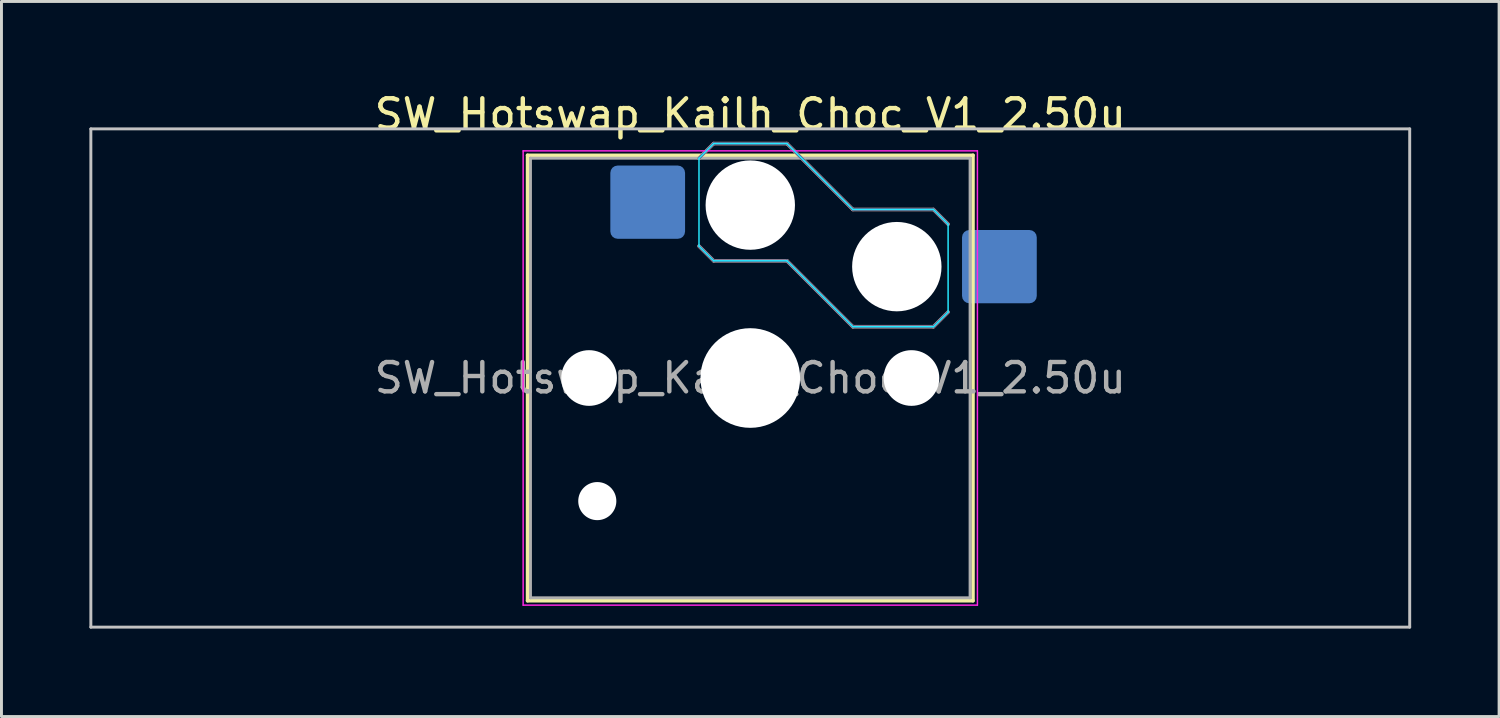
<source format=kicad_pcb>
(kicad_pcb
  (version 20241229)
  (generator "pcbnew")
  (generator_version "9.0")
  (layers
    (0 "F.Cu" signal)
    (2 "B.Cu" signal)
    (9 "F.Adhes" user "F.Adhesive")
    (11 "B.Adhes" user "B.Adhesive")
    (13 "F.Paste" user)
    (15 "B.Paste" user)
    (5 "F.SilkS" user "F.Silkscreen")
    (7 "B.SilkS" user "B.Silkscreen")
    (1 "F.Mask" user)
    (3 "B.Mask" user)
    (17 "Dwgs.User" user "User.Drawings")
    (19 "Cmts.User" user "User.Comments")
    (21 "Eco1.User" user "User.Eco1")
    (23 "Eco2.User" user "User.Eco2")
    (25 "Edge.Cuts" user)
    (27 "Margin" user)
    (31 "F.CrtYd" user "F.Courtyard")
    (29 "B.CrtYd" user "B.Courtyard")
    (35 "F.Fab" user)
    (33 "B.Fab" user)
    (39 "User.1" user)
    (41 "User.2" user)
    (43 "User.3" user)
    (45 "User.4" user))
  (footprint "SW_Hotswap_Kailh_Choc_V1_2.50u"
    (layer "F.Cu")
    (at 22.55 9.848)
    (property "Reference" "SW_Hotswap_Kailh_Choc_V1_2.50u" (at 0 -9 0) (layer "F.SilkS") (effects (font (size 1 1) (thickness 0.15))))
    (attr smd)
    (fp_line (start -7.6 -7.6) (end -7.6 7.6) (stroke (width 0.12) (type solid)) (layer "F.SilkS"))
    (fp_line (start -7.6 7.6) (end 7.6 7.6) (stroke (width 0.12) (type solid)) (layer "F.SilkS"))
    (fp_line (start 7.6 -7.6) (end -7.6 -7.6) (stroke (width 0.12) (type solid)) (layer "F.SilkS"))
    (fp_line (start 7.6 7.6) (end 7.6 -7.6) (stroke (width 0.12) (type solid)) (layer "F.SilkS"))
    (fp_line (start -1.75 -7.5) (end -1.25 -8) (stroke (width 0.12) (type solid)) (layer "B.SilkS"))
    (fp_line (start -1.25 -8) (end 1.25 -8) (stroke (width 0.12) (type solid)) (layer "B.SilkS"))
    (fp_line (start -1.25 -4) (end -1.75 -4.5) (stroke (width 0.12) (type solid)) (layer "B.SilkS"))
    (fp_line (start 1.25 -8) (end 3.5 -5.75) (stroke (width 0.12) (type solid)) (layer "B.SilkS"))
    (fp_line (start 1.25 -4) (end -1.25 -4) (stroke (width 0.12) (type solid)) (layer "B.SilkS"))
    (fp_line (start 3.5 -5.75) (end 6.25 -5.75) (stroke (width 0.12) (type solid)) (layer "B.SilkS"))
    (fp_line (start 3.5 -1.75) (end 1.25 -4) (stroke (width 0.12) (type solid)) (layer "B.SilkS"))
    (fp_line (start 6.25 -5.75) (end 6.75 -5.25) (stroke (width 0.12) (type solid)) (layer "B.SilkS"))
    (fp_line (start 6.25 -1.75) (end 3.5 -1.75) (stroke (width 0.12) (type solid)) (layer "B.SilkS"))
    (fp_line (start 6.75 -2.25) (end 6.25 -1.75) (stroke (width 0.12) (type solid)) (layer "B.SilkS"))
    (fp_line (start -22.5 -8.5) (end -22.5 8.5) (stroke (width 0.1) (type solid)) (layer "Dwgs.User"))
    (fp_line (start -22.5 8.5) (end 22.5 8.5) (stroke (width 0.1) (type solid)) (layer "Dwgs.User"))
    (fp_line (start 22.5 -8.5) (end -22.5 -8.5) (stroke (width 0.1) (type solid)) (layer "Dwgs.User"))
    (fp_line (start 22.5 8.5) (end 22.5 -8.5) (stroke (width 0.1) (type solid)) (layer "Dwgs.User"))
    (fp_line (start -7.25 -7.25) (end -7.25 7.25) (stroke (width 0.1) (type solid)) (layer "Eco1.User"))
    (fp_line (start -7.25 7.25) (end 7.25 7.25) (stroke (width 0.1) (type solid)) (layer "Eco1.User"))
    (fp_line (start 7.25 -7.25) (end -7.25 -7.25) (stroke (width 0.1) (type solid)) (layer "Eco1.User"))
    (fp_line (start 7.25 7.25) (end 7.25 -7.25) (stroke (width 0.1) (type solid)) (layer "Eco1.User"))
    (fp_line (start -1.75 -7.5) (end -1.25 -8) (stroke (width 0.05) (type solid)) (layer "B.CrtYd"))
    (fp_line (start -1.75 -4.5) (end -1.75 -7.5) (stroke (width 0.05) (type solid)) (layer "B.CrtYd"))
    (fp_line (start -1.25 -8) (end 1.25 -8) (stroke (width 0.05) (type solid)) (layer "B.CrtYd"))
    (fp_line (start -1.25 -4) (end -1.75 -4.5) (stroke (width 0.05) (type solid)) (layer "B.CrtYd"))
    (fp_line (start 1.25 -8) (end 3.5 -5.75) (stroke (width 0.05) (type solid)) (layer "B.CrtYd"))
    (fp_line (start 1.25 -4) (end -1.25 -4) (stroke (width 0.05) (type solid)) (layer "B.CrtYd"))
    (fp_line (start 3.5 -5.75) (end 6.25 -5.75) (stroke (width 0.05) (type solid)) (layer "B.CrtYd"))
    (fp_line (start 3.5 -1.75) (end 1.25 -4) (stroke (width 0.05) (type solid)) (layer "B.CrtYd"))
    (fp_line (start 6.25 -5.75) (end 6.75 -5.25) (stroke (width 0.05) (type solid)) (layer "B.CrtYd"))
    (fp_line (start 6.25 -1.75) (end 3.5 -1.75) (stroke (width 0.05) (type solid)) (layer "B.CrtYd"))
    (fp_line (start 6.75 -5.25) (end 6.75 -2.25) (stroke (width 0.05) (type solid)) (layer "B.CrtYd"))
    (fp_line (start 6.75 -2.25) (end 6.25 -1.75) (stroke (width 0.05) (type solid)) (layer "B.CrtYd"))
    (fp_line (start -7.75 -7.75) (end -7.75 7.75) (stroke (width 0.05) (type solid)) (layer "F.CrtYd"))
    (fp_line (start -7.75 7.75) (end 7.75 7.75) (stroke (width 0.05) (type solid)) (layer "F.CrtYd"))
    (fp_line (start 7.75 -7.75) (end -7.75 -7.75) (stroke (width 0.05) (type solid)) (layer "F.CrtYd"))
    (fp_line (start 7.75 7.75) (end 7.75 -7.75) (stroke (width 0.05) (type solid)) (layer "F.CrtYd"))
    (fp_line (start -1.75 -7.5) (end -1.25 -8) (stroke (width 0.1) (type solid)) (layer "B.Fab"))
    (fp_line (start -1.25 -8) (end 1.25 -8) (stroke (width 0.1) (type solid)) (layer "B.Fab"))
    (fp_line (start -1.25 -4) (end -1.75 -4.5) (stroke (width 0.1) (type solid)) (layer "B.Fab"))
    (fp_line (start 1.25 -8) (end 3.5 -5.75) (stroke (width 0.1) (type solid)) (layer "B.Fab"))
    (fp_line (start 1.25 -4) (end -1.25 -4) (stroke (width 0.1) (type solid)) (layer "B.Fab"))
    (fp_line (start 3.5 -5.75) (end 6.25 -5.75) (stroke (width 0.1) (type solid)) (layer "B.Fab"))
    (fp_line (start 3.5 -1.75) (end 1.25 -4) (stroke (width 0.1) (type solid)) (layer "B.Fab"))
    (fp_line (start 6.25 -5.75) (end 6.75 -5.25) (stroke (width 0.1) (type solid)) (layer "B.Fab"))
    (fp_line (start 6.25 -1.75) (end 3.5 -1.75) (stroke (width 0.1) (type solid)) (layer "B.Fab"))
    (fp_line (start 6.75 -2.25) (end 6.25 -1.75) (stroke (width 0.1) (type solid)) (layer "B.Fab"))
    (fp_line (start -7.5 -7.5) (end -7.5 7.5) (stroke (width 0.1) (type solid)) (layer "F.Fab"))
    (fp_line (start -7.5 7.5) (end 7.5 7.5) (stroke (width 0.1) (type solid)) (layer "F.Fab"))
    (fp_line (start 7.5 -7.5) (end -7.5 -7.5) (stroke (width 0.1) (type solid)) (layer "F.Fab"))
    (fp_line (start 7.5 7.5) (end 7.5 -7.5) (stroke (width 0.1) (type solid)) (layer "F.Fab"))
    (fp_text user "${REFERENCE}" (at 0 0 0) (layer "F.Fab") (effects (font (size 1 1) (thickness 0.15))))
    (pad "" np_thru_hole circle (at -5.5 0) (size 1.9 1.9) (drill 1.9) (layers "*.Cu" "*.Mask"))
    (pad "" np_thru_hole circle (at -5.22 4.2) (size 1.3 1.3) (drill 1.3) (layers "*.Cu" "*.Mask"))
    (pad "" np_thru_hole circle (at 0 -5.9) (size 3.05 3.05) (drill 3.05) (layers "*.Cu" "*.Mask"))
    (pad "" np_thru_hole circle (at 0 0) (size 3.4 3.4) (drill 3.4) (layers "*.Cu" "*.Mask"))
    (pad "" np_thru_hole circle (at 5 -3.8) (size 3.05 3.05) (drill 3.05) (layers "*.Cu" "*.Mask"))
    (pad "" np_thru_hole circle (at 5.5 0) (size 1.9 1.9) (drill 1.9) (layers "*.Cu" "*.Mask"))
    (pad "1" smd roundrect (at -3.5 -6) (size 2.55 2.5) (layers "B.Cu" "B.Mask" "B.Paste") (roundrect_rratio 0.1))
    (pad "2" smd roundrect (at 8.5 -3.8) (size 2.55 2.5) (layers "B.Cu" "B.Mask" "B.Paste") (roundrect_rratio 0.1)))
  (gr_rect
    (start -3 -3)
    (end 48.1 21.398)
    (stroke (width 0.1) (type default))
    (fill no)
    (layer "Edge.Cuts")))
</source>
